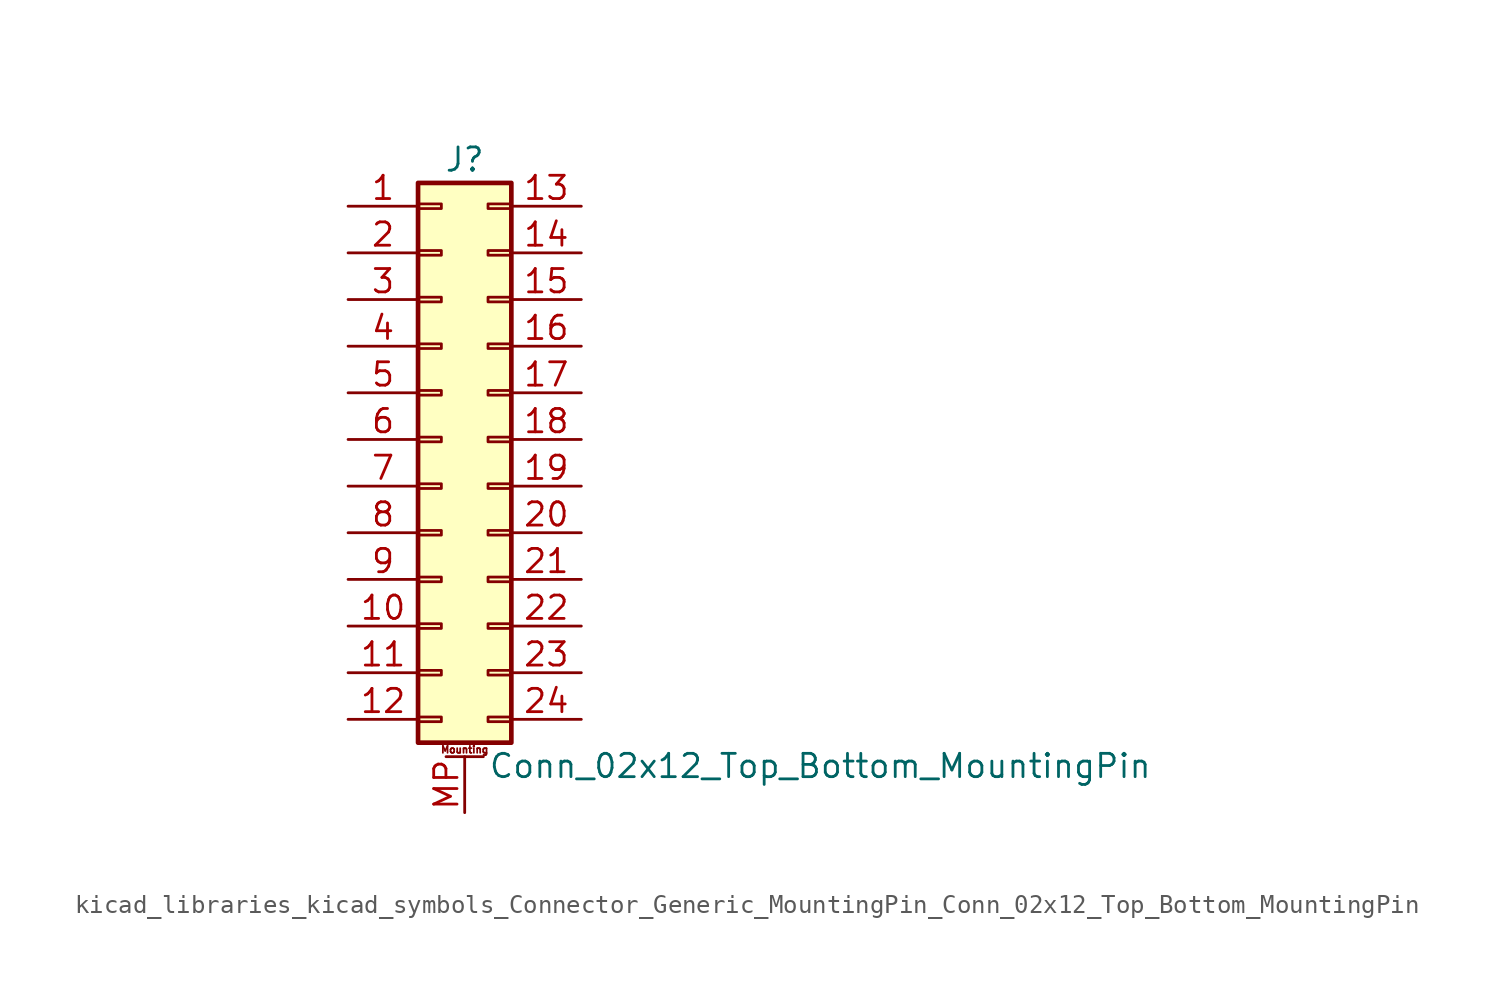
<source format=kicad_sym>
(kicad_symbol_lib
  (version 20220914)
  (generator kicad_symbol_editor)
  (symbol "kicad_libraries_kicad_symbols_Connector_Generic_MountingPin_Conn_02x12_Top_Bottom_MountingPin"
    (pin_names
      (offset 1.016) hide)
    (property "Reference" "J"
      (at 1.27 15.24 0)
      (effects (font (size 1.27 1.27))))
    (property "Value" "Conn_02x12_Top_Bottom_MountingPin"
      (at 2.54 -17.78 0)
      (effects (font (size 1.27 1.27)) (justify left)))
    (symbol "kicad_libraries_kicad_symbols_Connector_Generic_MountingPin_Conn_02x12_Top_Bottom_MountingPin_1_1"
      (rectangle (start -1.27 -15.113) (end 0 -15.367) (stroke (width 0.152) (type default)) (fill (type none)))
      (rectangle (start -1.27 -12.573) (end 0 -12.827) (stroke (width 0.152) (type default)) (fill (type none)))
      (rectangle (start -1.27 -10.033) (end 0 -10.287) (stroke (width 0.152) (type default)) (fill (type none)))
      (rectangle (start -1.27 -7.493) (end 0 -7.747) (stroke (width 0.152) (type default)) (fill (type none)))
      (rectangle (start -1.27 -4.953) (end 0 -5.207) (stroke (width 0.152) (type default)) (fill (type none)))
      (rectangle (start -1.27 -2.413) (end 0 -2.667) (stroke (width 0.152) (type default)) (fill (type none)))
      (rectangle (start -1.27 0.127) (end 0 -0.127) (stroke (width 0.152) (type default)) (fill (type none)))
      (rectangle (start -1.27 2.667) (end 0 2.413) (stroke (width 0.152) (type default)) (fill (type none)))
      (rectangle (start -1.27 5.207) (end 0 4.953) (stroke (width 0.152) (type default)) (fill (type none)))
      (rectangle (start -1.27 7.747) (end 0 7.493) (stroke (width 0.152) (type default)) (fill (type none)))
      (rectangle (start -1.27 10.287) (end 0 10.033) (stroke (width 0.152) (type default)) (fill (type none)))
      (rectangle (start -1.27 12.827) (end 0 12.573) (stroke (width 0.152) (type default)) (fill (type none)))
      (rectangle (start -1.27 13.97) (end 3.81 -16.51) (stroke (width 0.254) (type default)) (fill (type background)))
      (polyline (pts (xy 0.254 -17.272) (xy 2.286 -17.272)) (stroke (width 0.152) (type default)) (fill (type none)))
      (rectangle (start 3.81 -15.113) (end 2.54 -15.367) (stroke (width 0.152) (type default)) (fill (type none)))
      (rectangle (start 3.81 -12.573) (end 2.54 -12.827) (stroke (width 0.152) (type default)) (fill (type none)))
      (rectangle (start 3.81 -10.033) (end 2.54 -10.287) (stroke (width 0.152) (type default)) (fill (type none)))
      (rectangle (start 3.81 -7.493) (end 2.54 -7.747) (stroke (width 0.152) (type default)) (fill (type none)))
      (rectangle (start 3.81 -4.953) (end 2.54 -5.207) (stroke (width 0.152) (type default)) (fill (type none)))
      (rectangle (start 3.81 -2.413) (end 2.54 -2.667) (stroke (width 0.152) (type default)) (fill (type none)))
      (rectangle (start 3.81 0.127) (end 2.54 -0.127) (stroke (width 0.152) (type default)) (fill (type none)))
      (rectangle (start 3.81 2.667) (end 2.54 2.413) (stroke (width 0.152) (type default)) (fill (type none)))
      (rectangle (start 3.81 5.207) (end 2.54 4.953) (stroke (width 0.152) (type default)) (fill (type none)))
      (rectangle (start 3.81 7.747) (end 2.54 7.493) (stroke (width 0.152) (type default)) (fill (type none)))
      (rectangle (start 3.81 10.287) (end 2.54 10.033) (stroke (width 0.152) (type default)) (fill (type none)))
      (rectangle (start 3.81 12.827) (end 2.54 12.573) (stroke (width 0.152) (type default)) (fill (type none)))
      (text "Mounting" (at 1.27 -16.891 0) (effects (font (size 0.381 0.381))))
      (pin passive line (at -5.08 12.7 0) (length 3.81) (name "Pin_1" (effects (font (size 1.27 1.27)))) (number "1" (effects (font (size 1.27 1.27)))))
      (pin passive line (at -5.08 -10.16 0) (length 3.81) (name "Pin_10" (effects (font (size 1.27 1.27)))) (number "10" (effects (font (size 1.27 1.27)))))
      (pin passive line (at -5.08 -12.7 0) (length 3.81) (name "Pin_11" (effects (font (size 1.27 1.27)))) (number "11" (effects (font (size 1.27 1.27)))))
      (pin passive line (at -5.08 -15.24 0) (length 3.81) (name "Pin_12" (effects (font (size 1.27 1.27)))) (number "12" (effects (font (size 1.27 1.27)))))
      (pin passive line (at 7.62 12.7 180) (length 3.81) (name "Pin_13" (effects (font (size 1.27 1.27)))) (number "13" (effects (font (size 1.27 1.27)))))
      (pin passive line (at 7.62 10.16 180) (length 3.81) (name "Pin_14" (effects (font (size 1.27 1.27)))) (number "14" (effects (font (size 1.27 1.27)))))
      (pin passive line (at 7.62 7.62 180) (length 3.81) (name "Pin_15" (effects (font (size 1.27 1.27)))) (number "15" (effects (font (size 1.27 1.27)))))
      (pin passive line (at 7.62 5.08 180) (length 3.81) (name "Pin_16" (effects (font (size 1.27 1.27)))) (number "16" (effects (font (size 1.27 1.27)))))
      (pin passive line (at 7.62 2.54 180) (length 3.81) (name "Pin_17" (effects (font (size 1.27 1.27)))) (number "17" (effects (font (size 1.27 1.27)))))
      (pin passive line (at 7.62 0 180) (length 3.81) (name "Pin_18" (effects (font (size 1.27 1.27)))) (number "18" (effects (font (size 1.27 1.27)))))
      (pin passive line (at 7.62 -2.54 180) (length 3.81) (name "Pin_19" (effects (font (size 1.27 1.27)))) (number "19" (effects (font (size 1.27 1.27)))))
      (pin passive line (at -5.08 10.16 0) (length 3.81) (name "Pin_2" (effects (font (size 1.27 1.27)))) (number "2" (effects (font (size 1.27 1.27)))))
      (pin passive line (at 7.62 -5.08 180) (length 3.81) (name "Pin_20" (effects (font (size 1.27 1.27)))) (number "20" (effects (font (size 1.27 1.27)))))
      (pin passive line (at 7.62 -7.62 180) (length 3.81) (name "Pin_21" (effects (font (size 1.27 1.27)))) (number "21" (effects (font (size 1.27 1.27)))))
      (pin passive line (at 7.62 -10.16 180) (length 3.81) (name "Pin_22" (effects (font (size 1.27 1.27)))) (number "22" (effects (font (size 1.27 1.27)))))
      (pin passive line (at 7.62 -12.7 180) (length 3.81) (name "Pin_23" (effects (font (size 1.27 1.27)))) (number "23" (effects (font (size 1.27 1.27)))))
      (pin passive line (at 7.62 -15.24 180) (length 3.81) (name "Pin_24" (effects (font (size 1.27 1.27)))) (number "24" (effects (font (size 1.27 1.27)))))
      (pin passive line (at -5.08 7.62 0) (length 3.81) (name "Pin_3" (effects (font (size 1.27 1.27)))) (number "3" (effects (font (size 1.27 1.27)))))
      (pin passive line (at -5.08 5.08 0) (length 3.81) (name "Pin_4" (effects (font (size 1.27 1.27)))) (number "4" (effects (font (size 1.27 1.27)))))
      (pin passive line (at -5.08 2.54 0) (length 3.81) (name "Pin_5" (effects (font (size 1.27 1.27)))) (number "5" (effects (font (size 1.27 1.27)))))
      (pin passive line (at -5.08 0 0) (length 3.81) (name "Pin_6" (effects (font (size 1.27 1.27)))) (number "6" (effects (font (size 1.27 1.27)))))
      (pin passive line (at -5.08 -2.54 0) (length 3.81) (name "Pin_7" (effects (font (size 1.27 1.27)))) (number "7" (effects (font (size 1.27 1.27)))))
      (pin passive line (at -5.08 -5.08 0) (length 3.81) (name "Pin_8" (effects (font (size 1.27 1.27)))) (number "8" (effects (font (size 1.27 1.27)))))
      (pin passive line (at -5.08 -7.62 0) (length 3.81) (name "Pin_9" (effects (font (size 1.27 1.27)))) (number "9" (effects (font (size 1.27 1.27)))))
      (pin passive line (at 1.27 -20.32 90) (length 3.048) (name "MountPin" (effects (font (size 1.27 1.27)))) (number "MP" (effects (font (size 1.27 1.27))))))))
</source>
